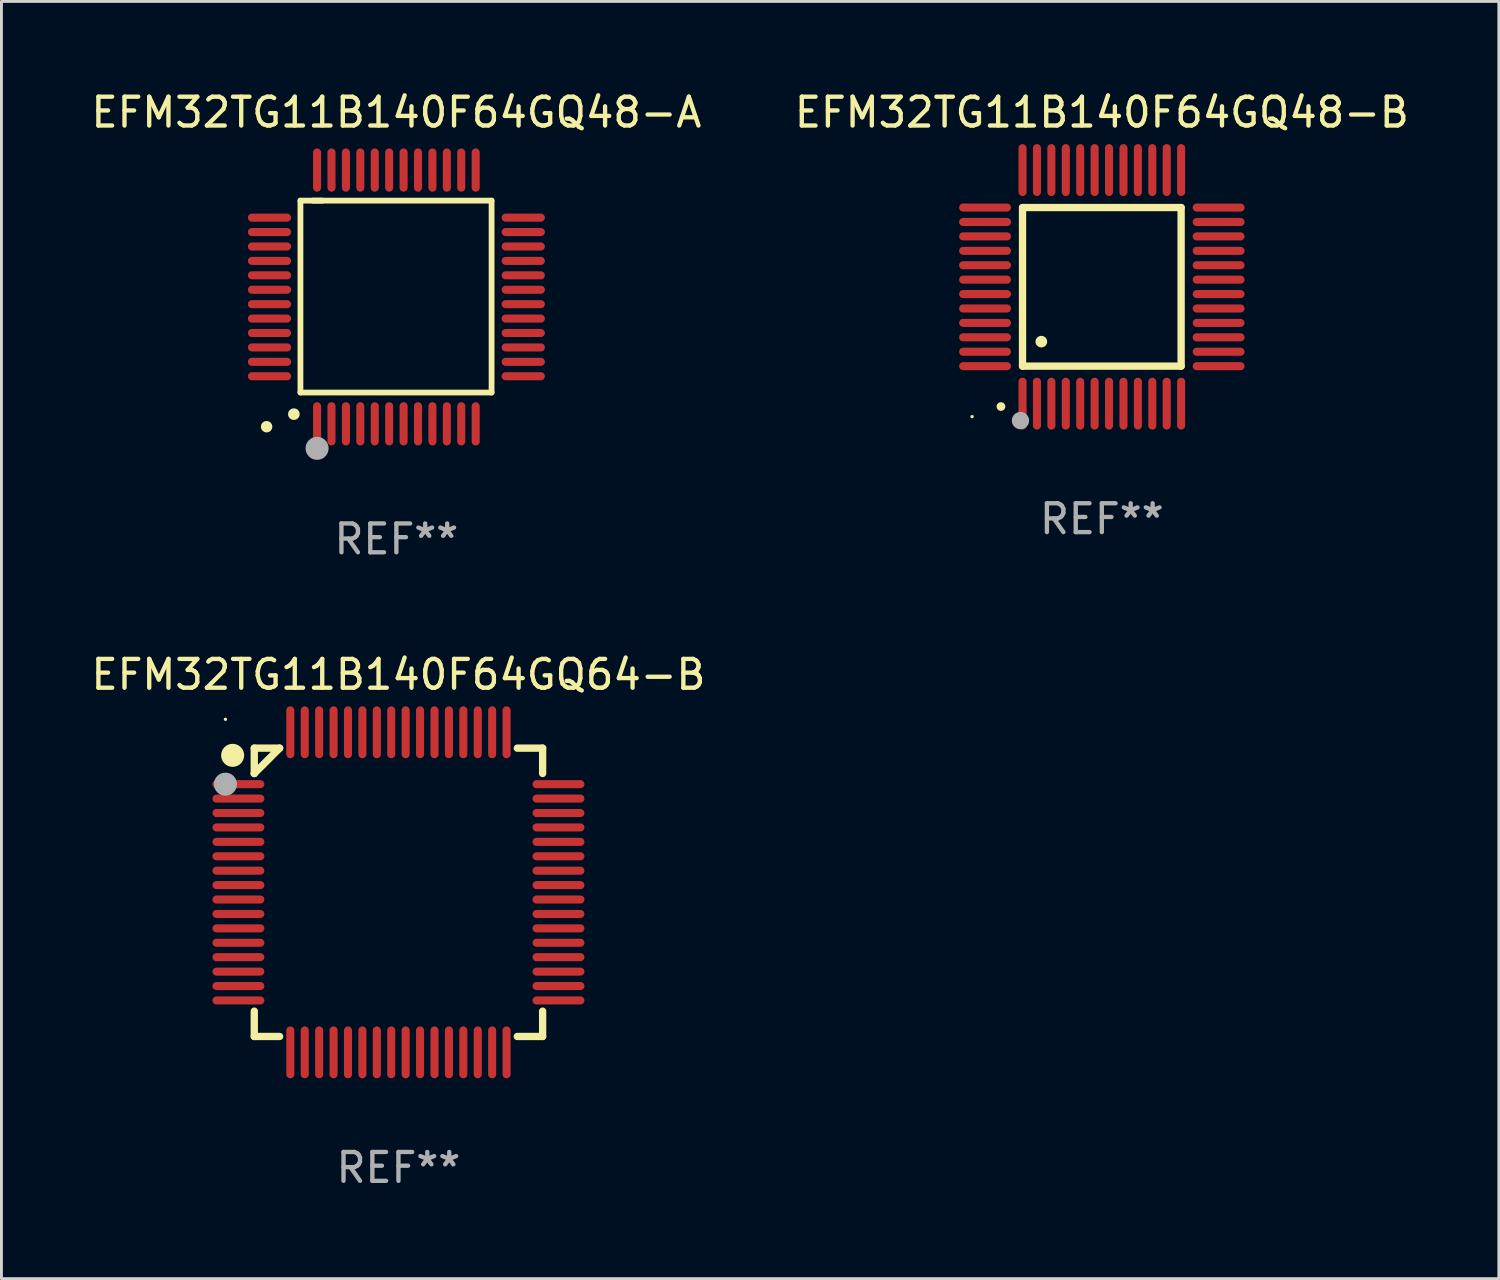
<source format=kicad_pcb>
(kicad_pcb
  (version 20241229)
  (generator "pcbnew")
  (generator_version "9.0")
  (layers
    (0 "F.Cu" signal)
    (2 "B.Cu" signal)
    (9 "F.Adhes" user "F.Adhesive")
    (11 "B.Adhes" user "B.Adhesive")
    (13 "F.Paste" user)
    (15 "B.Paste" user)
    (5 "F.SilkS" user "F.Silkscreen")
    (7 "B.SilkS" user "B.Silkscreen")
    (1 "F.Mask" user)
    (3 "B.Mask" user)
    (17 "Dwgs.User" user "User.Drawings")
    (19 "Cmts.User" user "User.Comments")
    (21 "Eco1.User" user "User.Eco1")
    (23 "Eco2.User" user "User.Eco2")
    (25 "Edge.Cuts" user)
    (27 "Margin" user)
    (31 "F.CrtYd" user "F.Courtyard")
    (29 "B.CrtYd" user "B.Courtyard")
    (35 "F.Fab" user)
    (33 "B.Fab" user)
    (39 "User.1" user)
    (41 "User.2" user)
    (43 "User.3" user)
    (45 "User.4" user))
  (footprint "EFM32TG11B140F64GQ48-B"
    (layer "F.Cu")
    (at 35.161 6.898)
    (property "Reference" "EFM32TG11B140F64GQ48-B" (at 0 -6.05 0) (layer "F.SilkS") (effects (font (size 1 1) (thickness 0.15))))
    (attr through_hole)
    (fp_line (start -2.75 -2.75) (end 2.75 -2.75) (stroke (width 0.254) (type solid)) (layer "F.SilkS"))
    (fp_line (start -2.75 2.75) (end -2.75 -2.75) (stroke (width 0.254) (type solid)) (layer "F.SilkS"))
    (fp_line (start 2.75 -2.75) (end 2.75 2.75) (stroke (width 0.254) (type solid)) (layer "F.SilkS"))
    (fp_line (start 2.75 2.75) (end -2.75 2.75) (stroke (width 0.254) (type solid)) (layer "F.SilkS"))
    (fp_arc (start -3.500127 4.150368) (mid -3.498857 4.150363) (end -3.497587 4.150368) (stroke (width 0.3) (type solid)) (layer "F.SilkS"))
    (fp_arc (start -2.100584 1.899924) (mid -2.098044 1.899908) (end -2.095504 1.899924) (stroke (width 0.4) (type solid)) (layer "F.SilkS"))
    (fp_circle (center -4.5 4.5) (end -4.47 4.5) (stroke (width 0.06) (type solid)) (fill no) (layer "F.SilkS"))
    (fp_circle (center -2.822 4.638) (end -2.672 4.638) (stroke (width 0.3) (type solid)) (fill no) (layer "F.Fab"))
    (fp_text user "REF**" (at 0 8.05 0) (layer "F.Fab") (effects (font (size 1 1) (thickness 0.15))))
    (pad "1" smd oval (at -2.75 4.05) (size 0.28 1.8) (layers "F.Cu" "F.Mask" "F.Paste"))
    (pad "2" smd oval (at -2.25 4.05) (size 0.28 1.8) (layers "F.Cu" "F.Mask" "F.Paste"))
    (pad "3" smd oval (at -1.75 4.05) (size 0.28 1.8) (layers "F.Cu" "F.Mask" "F.Paste"))
    (pad "4" smd oval (at -1.25 4.05) (size 0.28 1.8) (layers "F.Cu" "F.Mask" "F.Paste"))
    (pad "5" smd oval (at -0.75 4.05) (size 0.28 1.8) (layers "F.Cu" "F.Mask" "F.Paste"))
    (pad "6" smd oval (at -0.25 4.05) (size 0.28 1.8) (layers "F.Cu" "F.Mask" "F.Paste"))
    (pad "7" smd oval (at 0.25 4.05) (size 0.28 1.8) (layers "F.Cu" "F.Mask" "F.Paste"))
    (pad "8" smd oval (at 0.75 4.05) (size 0.28 1.8) (layers "F.Cu" "F.Mask" "F.Paste"))
    (pad "9" smd oval (at 1.25 4.05) (size 0.28 1.8) (layers "F.Cu" "F.Mask" "F.Paste"))
    (pad "10" smd oval (at 1.75 4.05) (size 0.28 1.8) (layers "F.Cu" "F.Mask" "F.Paste"))
    (pad "11" smd oval (at 2.25 4.05) (size 0.28 1.8) (layers "F.Cu" "F.Mask" "F.Paste"))
    (pad "12" smd oval (at 2.75 4.05) (size 0.28 1.8) (layers "F.Cu" "F.Mask" "F.Paste"))
    (pad "13" smd oval (at 4.05 2.75) (size 1.8 0.28) (layers "F.Cu" "F.Mask" "F.Paste"))
    (pad "14" smd oval (at 4.05 2.25) (size 1.8 0.28) (layers "F.Cu" "F.Mask" "F.Paste"))
    (pad "15" smd oval (at 4.05 1.75) (size 1.8 0.28) (layers "F.Cu" "F.Mask" "F.Paste"))
    (pad "16" smd oval (at 4.05 1.25) (size 1.8 0.28) (layers "F.Cu" "F.Mask" "F.Paste"))
    (pad "17" smd oval (at 4.05 0.75) (size 1.8 0.28) (layers "F.Cu" "F.Mask" "F.Paste"))
    (pad "18" smd oval (at 4.05 0.25) (size 1.8 0.28) (layers "F.Cu" "F.Mask" "F.Paste"))
    (pad "19" smd oval (at 4.05 -0.25) (size 1.8 0.28) (layers "F.Cu" "F.Mask" "F.Paste"))
    (pad "20" smd oval (at 4.05 -0.75) (size 1.8 0.28) (layers "F.Cu" "F.Mask" "F.Paste"))
    (pad "21" smd oval (at 4.05 -1.25) (size 1.8 0.28) (layers "F.Cu" "F.Mask" "F.Paste"))
    (pad "22" smd oval (at 4.05 -1.75) (size 1.8 0.28) (layers "F.Cu" "F.Mask" "F.Paste"))
    (pad "23" smd oval (at 4.05 -2.25) (size 1.8 0.28) (layers "F.Cu" "F.Mask" "F.Paste"))
    (pad "24" smd oval (at 4.05 -2.75) (size 1.8 0.28) (layers "F.Cu" "F.Mask" "F.Paste"))
    (pad "25" smd oval (at 2.75 -4.05) (size 0.28 1.8) (layers "F.Cu" "F.Mask" "F.Paste"))
    (pad "26" smd oval (at 2.25 -4.05) (size 0.28 1.8) (layers "F.Cu" "F.Mask" "F.Paste"))
    (pad "27" smd oval (at 1.75 -4.05) (size 0.28 1.8) (layers "F.Cu" "F.Mask" "F.Paste"))
    (pad "28" smd oval (at 1.25 -4.05) (size 0.28 1.8) (layers "F.Cu" "F.Mask" "F.Paste"))
    (pad "29" smd oval (at 0.75 -4.05) (size 0.28 1.8) (layers "F.Cu" "F.Mask" "F.Paste"))
    (pad "30" smd oval (at 0.25 -4.05) (size 0.28 1.8) (layers "F.Cu" "F.Mask" "F.Paste"))
    (pad "31" smd oval (at -0.25 -4.05) (size 0.28 1.8) (layers "F.Cu" "F.Mask" "F.Paste"))
    (pad "32" smd oval (at -0.75 -4.05) (size 0.28 1.8) (layers "F.Cu" "F.Mask" "F.Paste"))
    (pad "33" smd oval (at -1.25 -4.05) (size 0.28 1.8) (layers "F.Cu" "F.Mask" "F.Paste"))
    (pad "34" smd oval (at -1.75 -4.05) (size 0.28 1.8) (layers "F.Cu" "F.Mask" "F.Paste"))
    (pad "35" smd oval (at -2.25 -4.05) (size 0.28 1.8) (layers "F.Cu" "F.Mask" "F.Paste"))
    (pad "36" smd oval (at -2.75 -4.05) (size 0.28 1.8) (layers "F.Cu" "F.Mask" "F.Paste"))
    (pad "37" smd oval (at -4.05 -2.75) (size 1.8 0.28) (layers "F.Cu" "F.Mask" "F.Paste"))
    (pad "38" smd oval (at -4.05 -2.25) (size 1.8 0.28) (layers "F.Cu" "F.Mask" "F.Paste"))
    (pad "39" smd oval (at -4.05 -1.75) (size 1.8 0.28) (layers "F.Cu" "F.Mask" "F.Paste"))
    (pad "40" smd oval (at -4.05 -1.25) (size 1.8 0.28) (layers "F.Cu" "F.Mask" "F.Paste"))
    (pad "41" smd oval (at -4.05 -0.75) (size 1.8 0.28) (layers "F.Cu" "F.Mask" "F.Paste"))
    (pad "42" smd oval (at -4.05 -0.25) (size 1.8 0.28) (layers "F.Cu" "F.Mask" "F.Paste"))
    (pad "43" smd oval (at -4.05 0.25) (size 1.8 0.28) (layers "F.Cu" "F.Mask" "F.Paste"))
    (pad "44" smd oval (at -4.05 0.75) (size 1.8 0.28) (layers "F.Cu" "F.Mask" "F.Paste"))
    (pad "45" smd oval (at -4.05 1.25) (size 1.8 0.28) (layers "F.Cu" "F.Mask" "F.Paste"))
    (pad "46" smd oval (at -4.05 1.75) (size 1.8 0.28) (layers "F.Cu" "F.Mask" "F.Paste"))
    (pad "47" smd oval (at -4.05 2.25) (size 1.8 0.28) (layers "F.Cu" "F.Mask" "F.Paste"))
    (pad "48" smd oval (at -4.05 2.75) (size 1.8 0.28) (layers "F.Cu" "F.Mask" "F.Paste")))
  (footprint "EFM32TG11B140F64GQ64-B"
    (layer "F.Cu")
    (at 10.768 27.895)
    (property "Reference" "EFM32TG11B140F64GQ64-B" (at 0 -7.55 0) (layer "F.SilkS") (effects (font (size 1 1) (thickness 0.15))))
    (attr through_hole)
    (fp_line (start -5 -5) (end -4.121 -5) (stroke (width 0.254) (type solid)) (layer "F.SilkS"))
    (fp_line (start -5 -4.121) (end -5 -5) (stroke (width 0.254) (type solid)) (layer "F.SilkS"))
    (fp_line (start -5 -4.121) (end -5 -4.121) (stroke (width 0.254) (type solid)) (layer "F.SilkS"))
    (fp_line (start -5 -4.121) (end -4.121 -5) (stroke (width 0.254) (type solid)) (layer "F.SilkS"))
    (fp_line (start -5 5) (end -5 4.121) (stroke (width 0.254) (type solid)) (layer "F.SilkS"))
    (fp_line (start -4.121 5) (end -5 5) (stroke (width 0.254) (type solid)) (layer "F.SilkS"))
    (fp_line (start 4.121 -5) (end 5 -5) (stroke (width 0.254) (type solid)) (layer "F.SilkS"))
    (fp_line (start 5 -5) (end 5 -4.121) (stroke (width 0.254) (type solid)) (layer "F.SilkS"))
    (fp_line (start 5 4.121) (end 5 5) (stroke (width 0.254) (type solid)) (layer "F.SilkS"))
    (fp_line (start 5 5) (end 4.121 5) (stroke (width 0.254) (type solid)) (layer "F.SilkS"))
    (fp_circle (center -6 -6) (end -5.97 -6) (stroke (width 0.06) (type solid)) (fill no) (layer "F.SilkS"))
    (fp_circle (center -5.75 -4.75) (end -5.55 -4.75) (stroke (width 0.4) (type solid)) (fill no) (layer "F.SilkS"))
    (fp_circle (center -6 -3.75) (end -5.8 -3.75) (stroke (width 0.4) (type solid)) (fill no) (layer "F.Fab"))
    (fp_text user "REF**" (at 0 9.55 0) (layer "F.Fab") (effects (font (size 1 1) (thickness 0.15))))
    (pad "1" smd oval (at -5.55 -3.75 90) (size 0.28 1.8) (layers "F.Cu" "F.Mask" "F.Paste"))
    (pad "2" smd oval (at -5.55 -3.25 90) (size 0.28 1.8) (layers "F.Cu" "F.Mask" "F.Paste"))
    (pad "3" smd oval (at -5.55 -2.75 90) (size 0.28 1.8) (layers "F.Cu" "F.Mask" "F.Paste"))
    (pad "4" smd oval (at -5.55 -2.25 90) (size 0.28 1.8) (layers "F.Cu" "F.Mask" "F.Paste"))
    (pad "5" smd oval (at -5.55 -1.75 90) (size 0.28 1.8) (layers "F.Cu" "F.Mask" "F.Paste"))
    (pad "6" smd oval (at -5.55 -1.25 90) (size 0.28 1.8) (layers "F.Cu" "F.Mask" "F.Paste"))
    (pad "7" smd oval (at -5.55 -0.75 90) (size 0.28 1.8) (layers "F.Cu" "F.Mask" "F.Paste"))
    (pad "8" smd oval (at -5.55 -0.25 90) (size 0.28 1.8) (layers "F.Cu" "F.Mask" "F.Paste"))
    (pad "9" smd oval (at -5.55 0.25 90) (size 0.28 1.8) (layers "F.Cu" "F.Mask" "F.Paste"))
    (pad "10" smd oval (at -5.55 0.75 90) (size 0.28 1.8) (layers "F.Cu" "F.Mask" "F.Paste"))
    (pad "11" smd oval (at -5.55 1.25 90) (size 0.28 1.8) (layers "F.Cu" "F.Mask" "F.Paste"))
    (pad "12" smd oval (at -5.55 1.75 90) (size 0.28 1.8) (layers "F.Cu" "F.Mask" "F.Paste"))
    (pad "13" smd oval (at -5.55 2.25 90) (size 0.28 1.8) (layers "F.Cu" "F.Mask" "F.Paste"))
    (pad "14" smd oval (at -5.55 2.75 90) (size 0.28 1.8) (layers "F.Cu" "F.Mask" "F.Paste"))
    (pad "15" smd oval (at -5.55 3.25 90) (size 0.28 1.8) (layers "F.Cu" "F.Mask" "F.Paste"))
    (pad "16" smd oval (at -5.55 3.75 90) (size 0.28 1.8) (layers "F.Cu" "F.Mask" "F.Paste"))
    (pad "17" smd oval (at -3.75 5.55) (size 0.28 1.8) (layers "F.Cu" "F.Mask" "F.Paste"))
    (pad "18" smd oval (at -3.25 5.55) (size 0.28 1.8) (layers "F.Cu" "F.Mask" "F.Paste"))
    (pad "19" smd oval (at -2.75 5.55) (size 0.28 1.8) (layers "F.Cu" "F.Mask" "F.Paste"))
    (pad "20" smd oval (at -2.25 5.55) (size 0.28 1.8) (layers "F.Cu" "F.Mask" "F.Paste"))
    (pad "21" smd oval (at -1.75 5.55) (size 0.28 1.8) (layers "F.Cu" "F.Mask" "F.Paste"))
    (pad "22" smd oval (at -1.25 5.55) (size 0.28 1.8) (layers "F.Cu" "F.Mask" "F.Paste"))
    (pad "23" smd oval (at -0.75 5.55) (size 0.28 1.8) (layers "F.Cu" "F.Mask" "F.Paste"))
    (pad "24" smd oval (at -0.25 5.55) (size 0.28 1.8) (layers "F.Cu" "F.Mask" "F.Paste"))
    (pad "25" smd oval (at 0.25 5.55) (size 0.28 1.8) (layers "F.Cu" "F.Mask" "F.Paste"))
    (pad "26" smd oval (at 0.75 5.55) (size 0.28 1.8) (layers "F.Cu" "F.Mask" "F.Paste"))
    (pad "27" smd oval (at 1.25 5.55) (size 0.28 1.8) (layers "F.Cu" "F.Mask" "F.Paste"))
    (pad "28" smd oval (at 1.75 5.55) (size 0.28 1.8) (layers "F.Cu" "F.Mask" "F.Paste"))
    (pad "29" smd oval (at 2.25 5.55) (size 0.28 1.8) (layers "F.Cu" "F.Mask" "F.Paste"))
    (pad "30" smd oval (at 2.75 5.55) (size 0.28 1.8) (layers "F.Cu" "F.Mask" "F.Paste"))
    (pad "31" smd oval (at 3.25 5.55) (size 0.28 1.8) (layers "F.Cu" "F.Mask" "F.Paste"))
    (pad "32" smd oval (at 3.75 5.55) (size 0.28 1.8) (layers "F.Cu" "F.Mask" "F.Paste"))
    (pad "33" smd oval (at 5.55 3.75 90) (size 0.28 1.8) (layers "F.Cu" "F.Mask" "F.Paste"))
    (pad "34" smd oval (at 5.55 3.25 90) (size 0.28 1.8) (layers "F.Cu" "F.Mask" "F.Paste"))
    (pad "35" smd oval (at 5.55 2.75 90) (size 0.28 1.8) (layers "F.Cu" "F.Mask" "F.Paste"))
    (pad "36" smd oval (at 5.55 2.25 90) (size 0.28 1.8) (layers "F.Cu" "F.Mask" "F.Paste"))
    (pad "37" smd oval (at 5.55 1.75 90) (size 0.28 1.8) (layers "F.Cu" "F.Mask" "F.Paste"))
    (pad "38" smd oval (at 5.55 1.25 90) (size 0.28 1.8) (layers "F.Cu" "F.Mask" "F.Paste"))
    (pad "39" smd oval (at 5.55 0.75 90) (size 0.28 1.8) (layers "F.Cu" "F.Mask" "F.Paste"))
    (pad "40" smd oval (at 5.55 0.25 90) (size 0.28 1.8) (layers "F.Cu" "F.Mask" "F.Paste"))
    (pad "41" smd oval (at 5.55 -0.25 90) (size 0.28 1.8) (layers "F.Cu" "F.Mask" "F.Paste"))
    (pad "42" smd oval (at 5.55 -0.75 90) (size 0.28 1.8) (layers "F.Cu" "F.Mask" "F.Paste"))
    (pad "43" smd oval (at 5.55 -1.25 90) (size 0.28 1.8) (layers "F.Cu" "F.Mask" "F.Paste"))
    (pad "44" smd oval (at 5.55 -1.75 90) (size 0.28 1.8) (layers "F.Cu" "F.Mask" "F.Paste"))
    (pad "45" smd oval (at 5.55 -2.25 90) (size 0.28 1.8) (layers "F.Cu" "F.Mask" "F.Paste"))
    (pad "46" smd oval (at 5.55 -2.75 90) (size 0.28 1.8) (layers "F.Cu" "F.Mask" "F.Paste"))
    (pad "47" smd oval (at 5.55 -3.25 90) (size 0.28 1.8) (layers "F.Cu" "F.Mask" "F.Paste"))
    (pad "48" smd oval (at 5.55 -3.75 90) (size 0.28 1.8) (layers "F.Cu" "F.Mask" "F.Paste"))
    (pad "49" smd oval (at 3.75 -5.55) (size 0.28 1.8) (layers "F.Cu" "F.Mask" "F.Paste"))
    (pad "50" smd oval (at 3.25 -5.55) (size 0.28 1.8) (layers "F.Cu" "F.Mask" "F.Paste"))
    (pad "51" smd oval (at 2.75 -5.55) (size 0.28 1.8) (layers "F.Cu" "F.Mask" "F.Paste"))
    (pad "52" smd oval (at 2.25 -5.55) (size 0.28 1.8) (layers "F.Cu" "F.Mask" "F.Paste"))
    (pad "53" smd oval (at 1.75 -5.55) (size 0.28 1.8) (layers "F.Cu" "F.Mask" "F.Paste"))
    (pad "54" smd oval (at 1.25 -5.55) (size 0.28 1.8) (layers "F.Cu" "F.Mask" "F.Paste"))
    (pad "55" smd oval (at 0.75 -5.55) (size 0.28 1.8) (layers "F.Cu" "F.Mask" "F.Paste"))
    (pad "56" smd oval (at 0.25 -5.55) (size 0.28 1.8) (layers "F.Cu" "F.Mask" "F.Paste"))
    (pad "57" smd oval (at -0.25 -5.55) (size 0.28 1.8) (layers "F.Cu" "F.Mask" "F.Paste"))
    (pad "58" smd oval (at -0.75 -5.55) (size 0.28 1.8) (layers "F.Cu" "F.Mask" "F.Paste"))
    (pad "59" smd oval (at -1.25 -5.55) (size 0.28 1.8) (layers "F.Cu" "F.Mask" "F.Paste"))
    (pad "60" smd oval (at -1.75 -5.55) (size 0.28 1.8) (layers "F.Cu" "F.Mask" "F.Paste"))
    (pad "61" smd oval (at -2.25 -5.55) (size 0.28 1.8) (layers "F.Cu" "F.Mask" "F.Paste"))
    (pad "62" smd oval (at -2.75 -5.55) (size 0.28 1.8) (layers "F.Cu" "F.Mask" "F.Paste"))
    (pad "63" smd oval (at -3.25 -5.55) (size 0.28 1.8) (layers "F.Cu" "F.Mask" "F.Paste"))
    (pad "64" smd oval (at -3.75 -5.55) (size 0.28 1.8) (layers "F.Cu" "F.Mask" "F.Paste")))
  (footprint "EFM32TG11B140F64GQ48-A"
    (layer "F.Cu")
    (at 10.696 7.248)
    (property "Reference" "EFM32TG11B140F64GQ48-A" (at 0 -6.4 0) (layer "F.SilkS") (effects (font (size 1 1) (thickness 0.15))))
    (attr through_hole)
    (fp_line (start -3.327 -3.34) (end -2.565 -3.34) (stroke (width 0.2) (type solid)) (layer "F.SilkS"))
    (fp_line (start -3.327 3.315) (end -3.327 -3.34) (stroke (width 0.2) (type solid)) (layer "F.SilkS"))
    (fp_line (start -2.896 -3.34) (end 3.302 -3.34) (stroke (width 0.2) (type solid)) (layer "F.SilkS"))
    (fp_line (start 3.302 -3.34) (end 3.302 3.315) (stroke (width 0.2) (type solid)) (layer "F.SilkS"))
    (fp_line (start 3.302 3.315) (end -3.327 3.315) (stroke (width 0.2) (type solid)) (layer "F.SilkS"))
    (fp_arc (start -3.556007 4.064008) (mid -3.554737 4.064004) (end -3.553467 4.064008) (stroke (width 0.4) (type solid)) (layer "F.SilkS"))
    (fp_circle (center -4.5 4.5) (end -4.4 4.5) (stroke (width 0.2) (type solid)) (fill no) (layer "F.SilkS"))
    (fp_circle (center -2.75 5.25) (end -2.55 5.25) (stroke (width 0.4) (type solid)) (fill no) (layer "F.Fab"))
    (fp_text user "REF**" (at 0 8.4 0) (layer "F.Fab") (effects (font (size 1 1) (thickness 0.15))))
    (pad "1" smd oval (at -2.75 4.4 180) (size 0.28 1.5) (layers "F.Cu" "F.Mask" "F.Paste"))
    (pad "2" smd oval (at -2.25 4.4 180) (size 0.28 1.5) (layers "F.Cu" "F.Mask" "F.Paste"))
    (pad "3" smd oval (at -1.75 4.4 180) (size 0.28 1.5) (layers "F.Cu" "F.Mask" "F.Paste"))
    (pad "4" smd oval (at -1.25 4.4 180) (size 0.28 1.5) (layers "F.Cu" "F.Mask" "F.Paste"))
    (pad "5" smd oval (at -0.75 4.4 180) (size 0.28 1.5) (layers "F.Cu" "F.Mask" "F.Paste"))
    (pad "6" smd oval (at -0.25 4.4 180) (size 0.28 1.5) (layers "F.Cu" "F.Mask" "F.Paste"))
    (pad "7" smd oval (at 0.25 4.4 180) (size 0.28 1.5) (layers "F.Cu" "F.Mask" "F.Paste"))
    (pad "8" smd oval (at 0.75 4.4 180) (size 0.28 1.5) (layers "F.Cu" "F.Mask" "F.Paste"))
    (pad "9" smd oval (at 1.25 4.4 180) (size 0.28 1.5) (layers "F.Cu" "F.Mask" "F.Paste"))
    (pad "10" smd oval (at 1.75 4.4 180) (size 0.28 1.5) (layers "F.Cu" "F.Mask" "F.Paste"))
    (pad "11" smd oval (at 2.25 4.4 180) (size 0.28 1.5) (layers "F.Cu" "F.Mask" "F.Paste"))
    (pad "12" smd oval (at 2.75 4.4 180) (size 0.28 1.5) (layers "F.Cu" "F.Mask" "F.Paste"))
    (pad "13" smd oval (at 4.4 2.75 90) (size 0.28 1.5) (layers "F.Cu" "F.Mask" "F.Paste"))
    (pad "14" smd oval (at 4.4 2.25 90) (size 0.28 1.5) (layers "F.Cu" "F.Mask" "F.Paste"))
    (pad "15" smd oval (at 4.4 1.75 90) (size 0.28 1.5) (layers "F.Cu" "F.Mask" "F.Paste"))
    (pad "16" smd oval (at 4.4 1.25 90) (size 0.28 1.5) (layers "F.Cu" "F.Mask" "F.Paste"))
    (pad "17" smd oval (at 4.4 0.75 90) (size 0.28 1.5) (layers "F.Cu" "F.Mask" "F.Paste"))
    (pad "18" smd oval (at 4.4 0.25 90) (size 0.28 1.5) (layers "F.Cu" "F.Mask" "F.Paste"))
    (pad "19" smd oval (at 4.4 -0.25 90) (size 0.28 1.5) (layers "F.Cu" "F.Mask" "F.Paste"))
    (pad "20" smd oval (at 4.4 -0.75 90) (size 0.28 1.5) (layers "F.Cu" "F.Mask" "F.Paste"))
    (pad "21" smd oval (at 4.4 -1.25 90) (size 0.28 1.5) (layers "F.Cu" "F.Mask" "F.Paste"))
    (pad "22" smd oval (at 4.4 -1.75 90) (size 0.28 1.5) (layers "F.Cu" "F.Mask" "F.Paste"))
    (pad "23" smd oval (at 4.4 -2.25 90) (size 0.28 1.5) (layers "F.Cu" "F.Mask" "F.Paste"))
    (pad "24" smd oval (at 4.4 -2.75 90) (size 0.28 1.5) (layers "F.Cu" "F.Mask" "F.Paste"))
    (pad "25" smd oval (at 2.75 -4.4 180) (size 0.28 1.5) (layers "F.Cu" "F.Mask" "F.Paste"))
    (pad "26" smd oval (at 2.25 -4.4 180) (size 0.28 1.5) (layers "F.Cu" "F.Mask" "F.Paste"))
    (pad "27" smd oval (at 1.75 -4.4 180) (size 0.28 1.5) (layers "F.Cu" "F.Mask" "F.Paste"))
    (pad "28" smd oval (at 1.25 -4.4 180) (size 0.28 1.5) (layers "F.Cu" "F.Mask" "F.Paste"))
    (pad "29" smd oval (at 0.75 -4.4 180) (size 0.28 1.5) (layers "F.Cu" "F.Mask" "F.Paste"))
    (pad "30" smd oval (at 0.25 -4.4 180) (size 0.28 1.5) (layers "F.Cu" "F.Mask" "F.Paste"))
    (pad "31" smd oval (at -0.25 -4.4 180) (size 0.28 1.5) (layers "F.Cu" "F.Mask" "F.Paste"))
    (pad "32" smd oval (at -0.75 -4.4 180) (size 0.28 1.5) (layers "F.Cu" "F.Mask" "F.Paste"))
    (pad "33" smd oval (at -1.25 -4.4 180) (size 0.28 1.5) (layers "F.Cu" "F.Mask" "F.Paste"))
    (pad "34" smd oval (at -1.75 -4.4 180) (size 0.28 1.5) (layers "F.Cu" "F.Mask" "F.Paste"))
    (pad "35" smd oval (at -2.25 -4.4 180) (size 0.28 1.5) (layers "F.Cu" "F.Mask" "F.Paste"))
    (pad "36" smd oval (at -2.75 -4.4 180) (size 0.28 1.5) (layers "F.Cu" "F.Mask" "F.Paste"))
    (pad "37" smd oval (at -4.4 -2.75 90) (size 0.28 1.5) (layers "F.Cu" "F.Mask" "F.Paste"))
    (pad "38" smd oval (at -4.4 -2.25 90) (size 0.28 1.5) (layers "F.Cu" "F.Mask" "F.Paste"))
    (pad "39" smd oval (at -4.4 -1.75 90) (size 0.28 1.5) (layers "F.Cu" "F.Mask" "F.Paste"))
    (pad "40" smd oval (at -4.4 -1.25 90) (size 0.28 1.5) (layers "F.Cu" "F.Mask" "F.Paste"))
    (pad "41" smd oval (at -4.4 -0.75 90) (size 0.28 1.5) (layers "F.Cu" "F.Mask" "F.Paste"))
    (pad "42" smd oval (at -4.4 -0.25 90) (size 0.28 1.5) (layers "F.Cu" "F.Mask" "F.Paste"))
    (pad "43" smd oval (at -4.4 0.25 90) (size 0.28 1.5) (layers "F.Cu" "F.Mask" "F.Paste"))
    (pad "44" smd oval (at -4.4 0.75 90) (size 0.28 1.5) (layers "F.Cu" "F.Mask" "F.Paste"))
    (pad "45" smd oval (at -4.4 1.25 90) (size 0.28 1.5) (layers "F.Cu" "F.Mask" "F.Paste"))
    (pad "46" smd oval (at -4.4 1.75 90) (size 0.28 1.5) (layers "F.Cu" "F.Mask" "F.Paste"))
    (pad "47" smd oval (at -4.4 2.25 90) (size 0.28 1.5) (layers "F.Cu" "F.Mask" "F.Paste"))
    (pad "48" smd oval (at -4.4 2.75 90) (size 0.28 1.5) (layers "F.Cu" "F.Mask" "F.Paste")))
  (gr_rect
    (start -3 -3)
    (end 48.929 41.293)
    (stroke (width 0.1) (type default))
    (fill no)
    (layer "Edge.Cuts")))
</source>
